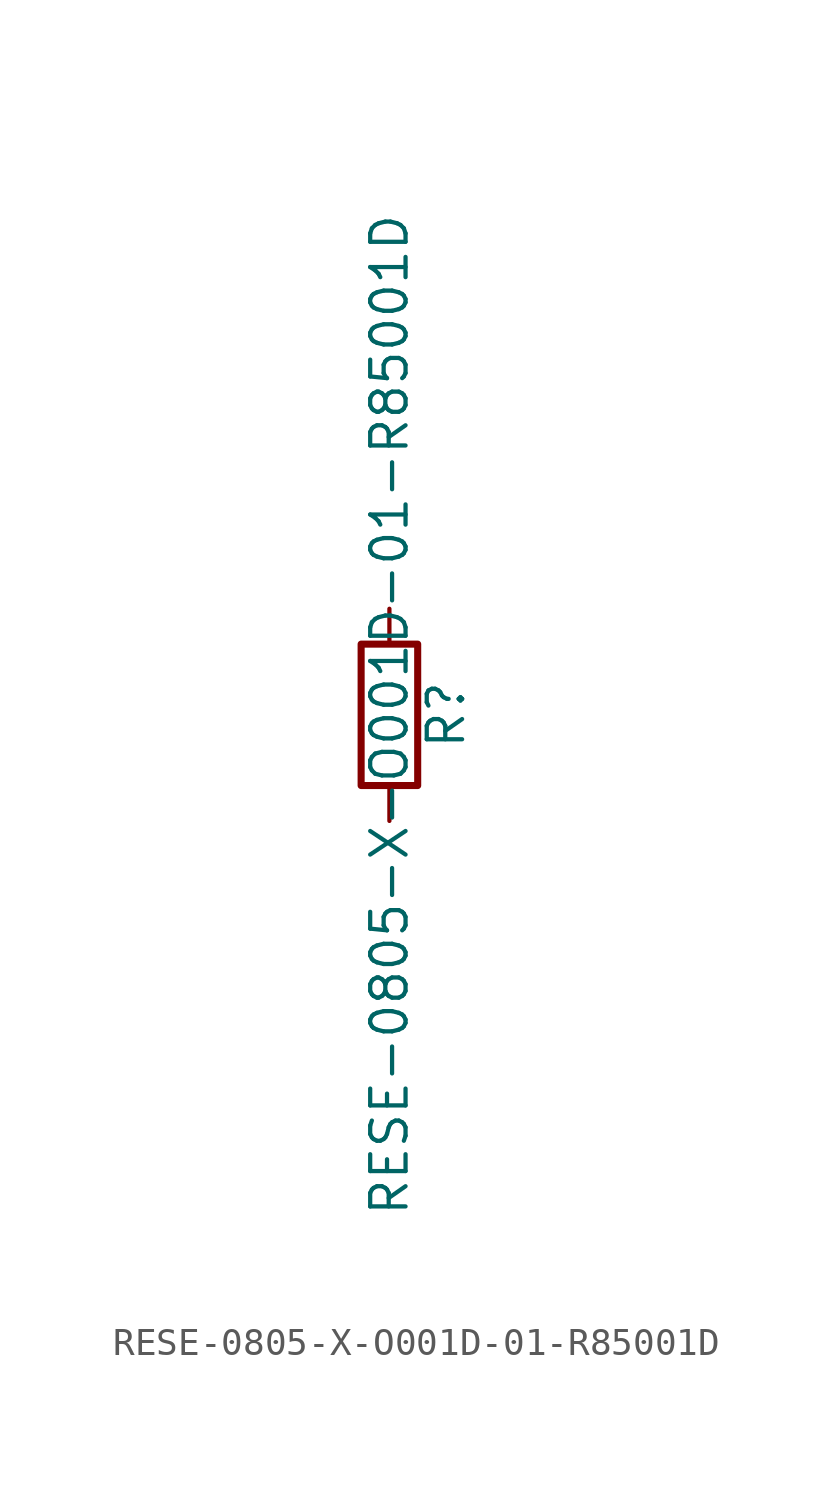
<source format=kicad_sym>
(kicad_symbol_lib
  (version 20211014)
  (generator kicad_symbol_editor)
  (symbol "RESE-0805-X-O001D-01-R85001D"
    (pin_numbers hide)
    (pin_names
      (offset 0))
    (property "Reference" "R"
      (at 2.032 0 90)
      (effects (font (size 1.27 1.27))))
    (property "Value" "RESE-0805-X-O001D-01-R85001D"
      (at 0 0 90)
      (effects (font (size 1.27 1.27))))
    (symbol "RESE-0805-X-O001D-01-R85001D_0_1"
      (rectangle (start -1.016 -2.54) (end 1.016 2.54) (stroke (width 0.254) (type default) (color 0 0 0 0)) (fill (type none))))
    (symbol "RESE-0805-X-O001D-01-R85001D_1_1"
      (pin passive line (at 0 3.81 270) (length 1.27) (name "~" (effects (font (size 1.27 1.27)))) (number "1" (effects (font (size 1.27 1.27)))))
      (pin passive line (at 0 -3.81 90) (length 1.27) (name "~" (effects (font (size 1.27 1.27)))) (number "2" (effects (font (size 1.27 1.27))))))))
</source>
